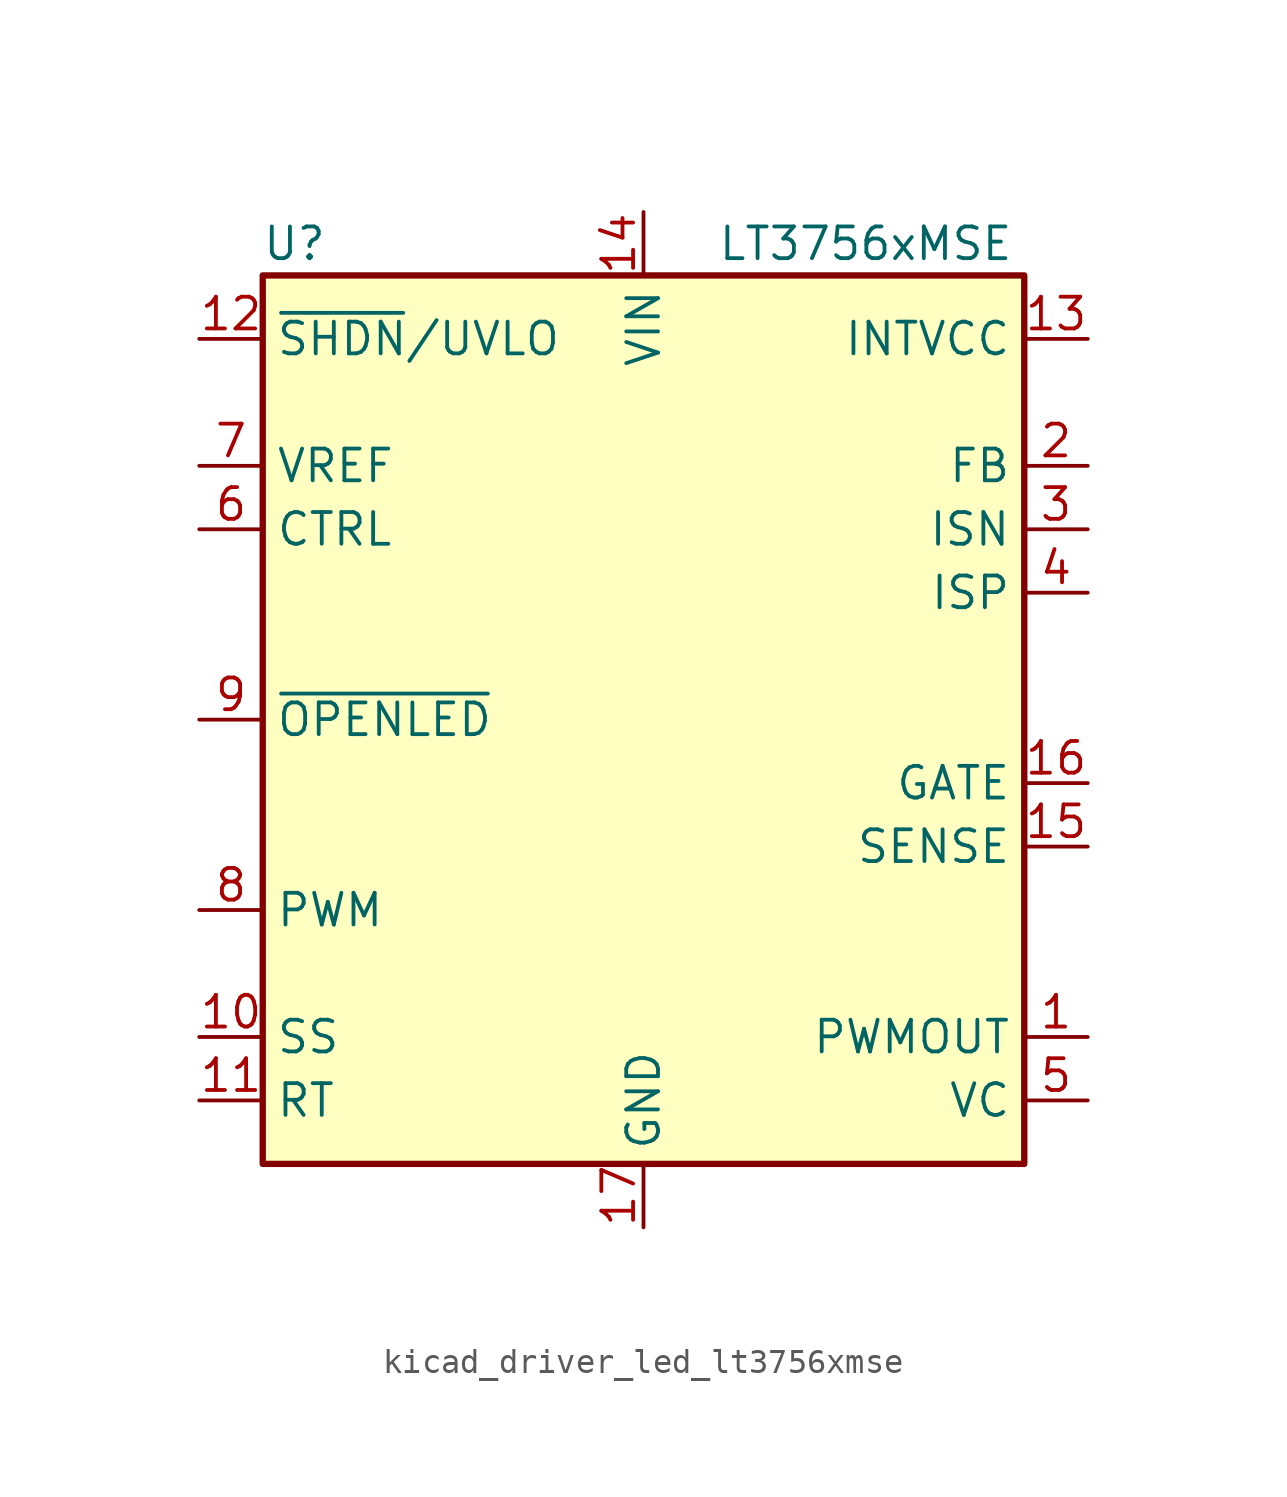
<source format=kicad_sym>
(kicad_symbol_lib
  (version 20220914)
  (generator kicad_symbol_editor)
  (symbol "kicad_driver_led_lt3756xmse"
    (property "Reference" "U"
      (at -13.97 19.05 0)
      (effects (font (size 1.27 1.27))))
    (property "Value" "LT3756xMSE"
      (at 8.89 19.05 0)
      (effects (font (size 1.27 1.27))))
    (symbol "kicad_driver_led_lt3756xmse_0_1"
      (rectangle (start -15.24 -17.78) (end 15.24 17.78) (stroke (width 0.254) (type default)) (fill (type background))))
    (symbol "kicad_driver_led_lt3756xmse_1_1"
      (pin output line (at 17.78 -12.7 180) (length 2.54) (name "PWMOUT" (effects (font (size 1.27 1.27)))) (number "1" (effects (font (size 1.27 1.27)))))
      (pin input line (at -17.78 -12.7 0) (length 2.54) (name "SS" (effects (font (size 1.27 1.27)))) (number "10" (effects (font (size 1.27 1.27)))))
      (pin input line (at -17.78 -15.24 0) (length 2.54) (name "RT" (effects (font (size 1.27 1.27)))) (number "11" (effects (font (size 1.27 1.27)))))
      (pin input line (at -17.78 15.24 0) (length 2.54) (name "~{SHDN}/UVLO" (effects (font (size 1.27 1.27)))) (number "12" (effects (font (size 1.27 1.27)))))
      (pin power_out line (at 17.78 15.24 180) (length 2.54) (name "INTVCC" (effects (font (size 1.27 1.27)))) (number "13" (effects (font (size 1.27 1.27)))))
      (pin power_in line (at 0 20.32 270) (length 2.54) (name "VIN" (effects (font (size 1.27 1.27)))) (number "14" (effects (font (size 1.27 1.27)))))
      (pin input line (at 17.78 -5.08 180) (length 2.54) (name "SENSE" (effects (font (size 1.27 1.27)))) (number "15" (effects (font (size 1.27 1.27)))))
      (pin output line (at 17.78 -2.54 180) (length 2.54) (name "GATE" (effects (font (size 1.27 1.27)))) (number "16" (effects (font (size 1.27 1.27)))))
      (pin power_in line (at 0 -20.32 90) (length 2.54) (name "GND" (effects (font (size 1.27 1.27)))) (number "17" (effects (font (size 1.27 1.27)))))
      (pin input line (at 17.78 10.16 180) (length 2.54) (name "FB" (effects (font (size 1.27 1.27)))) (number "2" (effects (font (size 1.27 1.27)))))
      (pin input line (at 17.78 7.62 180) (length 2.54) (name "ISN" (effects (font (size 1.27 1.27)))) (number "3" (effects (font (size 1.27 1.27)))))
      (pin input line (at 17.78 5.08 180) (length 2.54) (name "ISP" (effects (font (size 1.27 1.27)))) (number "4" (effects (font (size 1.27 1.27)))))
      (pin output line (at 17.78 -15.24 180) (length 2.54) (name "VC" (effects (font (size 1.27 1.27)))) (number "5" (effects (font (size 1.27 1.27)))))
      (pin input line (at -17.78 7.62 0) (length 2.54) (name "CTRL" (effects (font (size 1.27 1.27)))) (number "6" (effects (font (size 1.27 1.27)))))
      (pin output line (at -17.78 10.16 0) (length 2.54) (name "VREF" (effects (font (size 1.27 1.27)))) (number "7" (effects (font (size 1.27 1.27)))))
      (pin input line (at -17.78 -7.62 0) (length 2.54) (name "PWM" (effects (font (size 1.27 1.27)))) (number "8" (effects (font (size 1.27 1.27)))))
      (pin open_collector line (at -17.78 0 0) (length 2.54) (name "~{OPENLED}" (effects (font (size 1.27 1.27)))) (number "9" (effects (font (size 1.27 1.27))))))))
</source>
